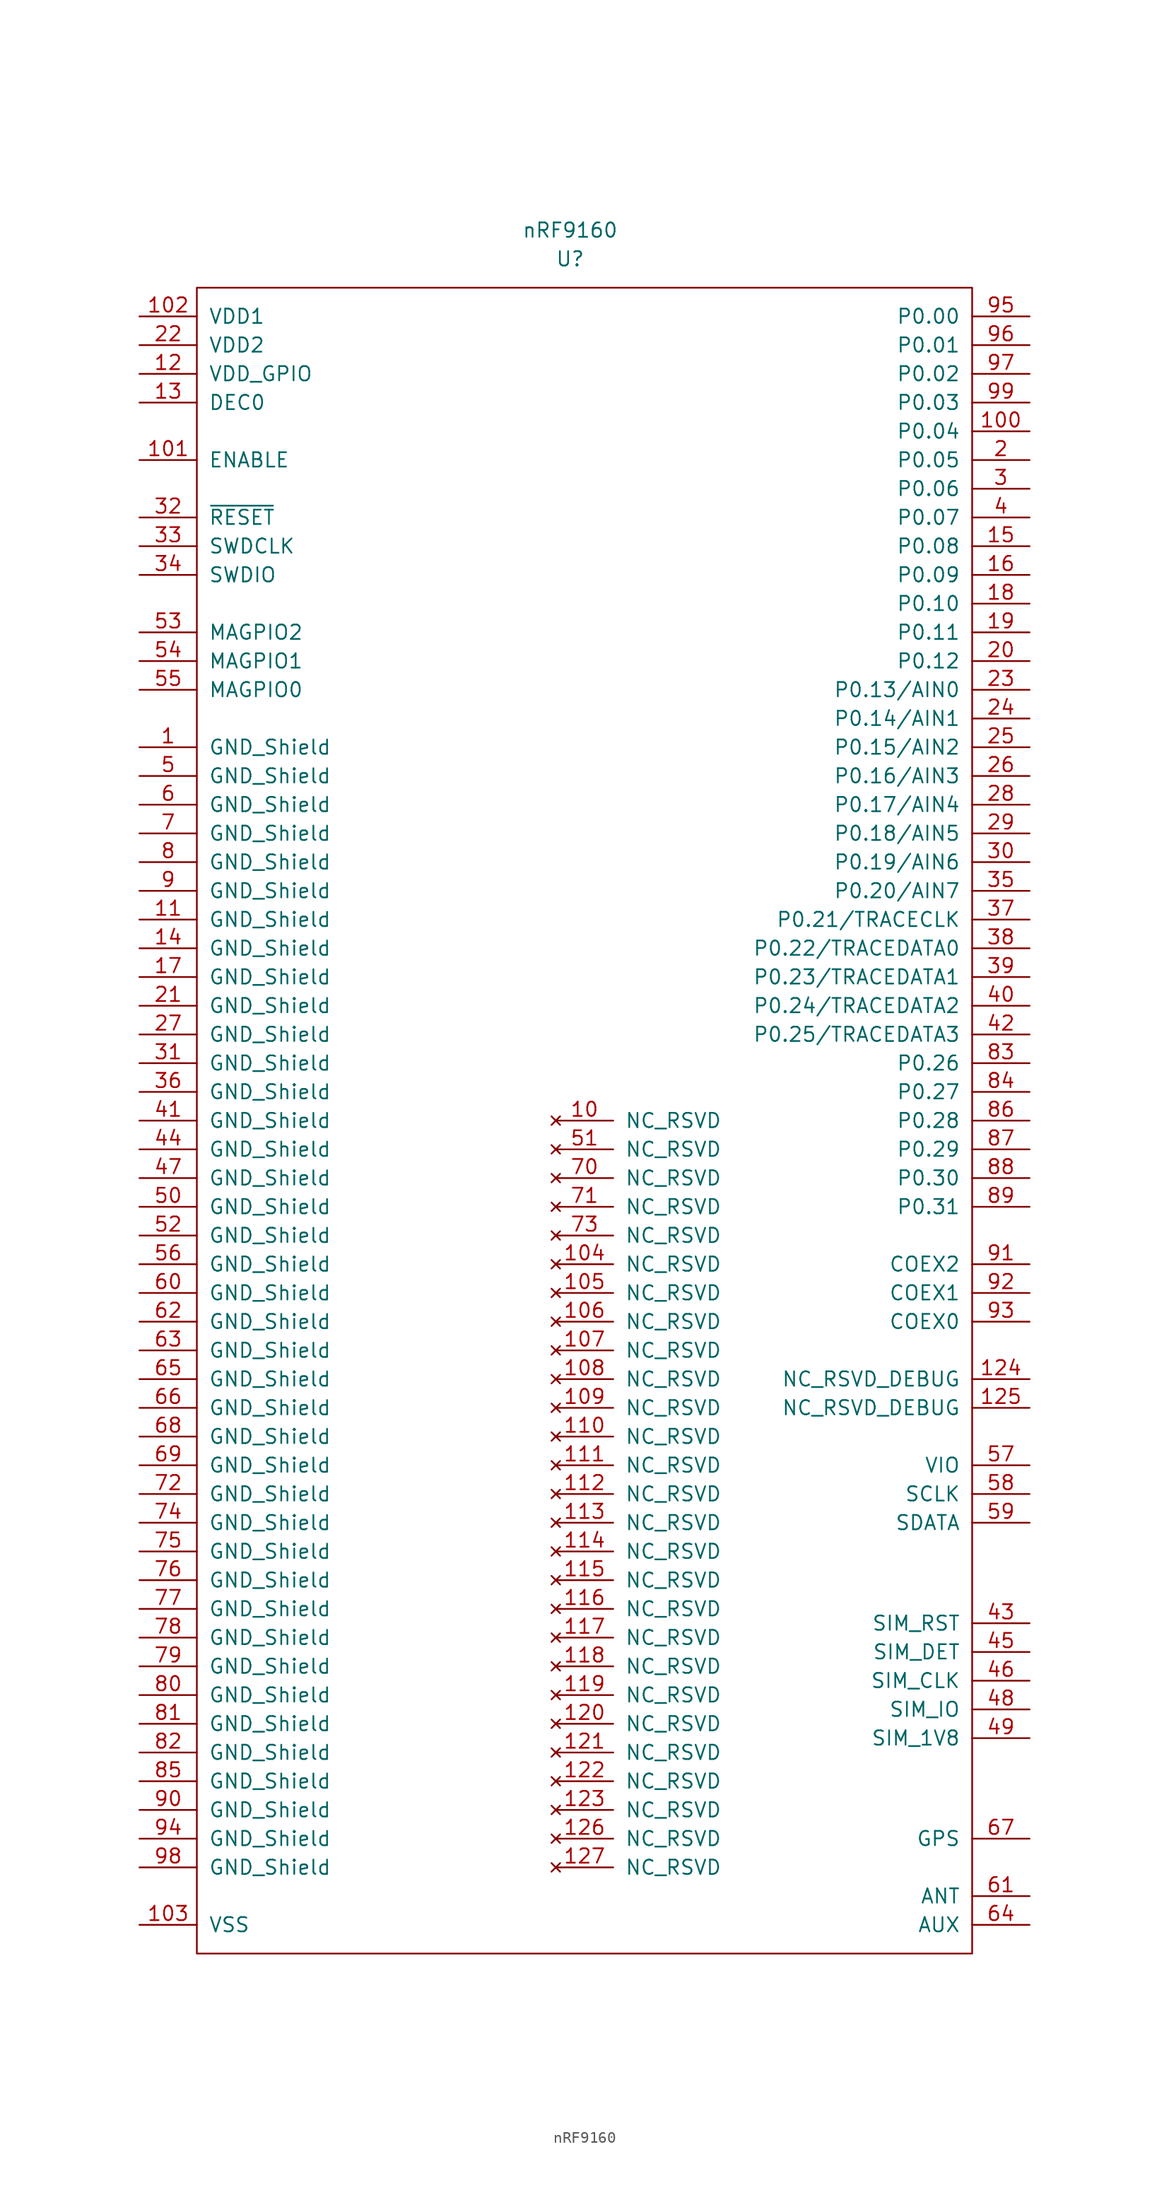
<source format=kicad_sym>
(kicad_symbol_lib
  (version 20220914)
  (generator kicad_symbol_editor)
  (symbol "nRF9160"
    (pin_names
      (offset 1.016))
    (property "Reference" "U"
      (at 0 72.39 0)
      (effects (font (size 1.27 1.27))))
    (property "Value" "nRF9160"
      (at 0 74.93 0)
      (effects (font (size 1.27 1.27))))
    (symbol "nRF9160_0_1"
      (rectangle (start -33.02 69.85) (end 35.56 -77.47) (stroke (width 0) (type solid)) (fill (type none))))
    (symbol "nRF9160_1_1"
      (pin power_in line (at -38.1 29.21 0) (length 5.08) (name "GND_Shield" (effects (font (size 1.27 1.27)))) (number "1" (effects (font (size 1.27 1.27)))))
      (pin no_connect line (at -1.27 -3.81 0) (length 5.08) (name "NC_RSVD" (effects (font (size 1.27 1.27)))) (number "10" (effects (font (size 1.27 1.27)))))
      (pin bidirectional line (at 40.64 57.15 180) (length 5.08) (name "P0.04" (effects (font (size 1.27 1.27)))) (number "100" (effects (font (size 1.27 1.27)))))
      (pin input line (at -38.1 54.61 0) (length 5.08) (name "ENABLE" (effects (font (size 1.27 1.27)))) (number "101" (effects (font (size 1.27 1.27)))))
      (pin power_in line (at -38.1 67.31 0) (length 5.08) (name "VDD1" (effects (font (size 1.27 1.27)))) (number "102" (effects (font (size 1.27 1.27)))))
      (pin power_in line (at -38.1 -74.93 0) (length 5.08) (name "VSS" (effects (font (size 1.27 1.27)))) (number "103" (effects (font (size 1.27 1.27)))))
      (pin no_connect line (at -1.27 -16.51 0) (length 5.08) (name "NC_RSVD" (effects (font (size 1.27 1.27)))) (number "104" (effects (font (size 1.27 1.27)))))
      (pin no_connect line (at -1.27 -19.05 0) (length 5.08) (name "NC_RSVD" (effects (font (size 1.27 1.27)))) (number "105" (effects (font (size 1.27 1.27)))))
      (pin no_connect line (at -1.27 -21.59 0) (length 5.08) (name "NC_RSVD" (effects (font (size 1.27 1.27)))) (number "106" (effects (font (size 1.27 1.27)))))
      (pin no_connect line (at -1.27 -24.13 0) (length 5.08) (name "NC_RSVD" (effects (font (size 1.27 1.27)))) (number "107" (effects (font (size 1.27 1.27)))))
      (pin no_connect line (at -1.27 -26.67 0) (length 5.08) (name "NC_RSVD" (effects (font (size 1.27 1.27)))) (number "108" (effects (font (size 1.27 1.27)))))
      (pin no_connect line (at -1.27 -29.21 0) (length 5.08) (name "NC_RSVD" (effects (font (size 1.27 1.27)))) (number "109" (effects (font (size 1.27 1.27)))))
      (pin power_in line (at -38.1 13.97 0) (length 5.08) (name "GND_Shield" (effects (font (size 1.27 1.27)))) (number "11" (effects (font (size 1.27 1.27)))))
      (pin no_connect line (at -1.27 -31.75 0) (length 5.08) (name "NC_RSVD" (effects (font (size 1.27 1.27)))) (number "110" (effects (font (size 1.27 1.27)))))
      (pin no_connect line (at -1.27 -34.29 0) (length 5.08) (name "NC_RSVD" (effects (font (size 1.27 1.27)))) (number "111" (effects (font (size 1.27 1.27)))))
      (pin no_connect line (at -1.27 -36.83 0) (length 5.08) (name "NC_RSVD" (effects (font (size 1.27 1.27)))) (number "112" (effects (font (size 1.27 1.27)))))
      (pin no_connect line (at -1.27 -39.37 0) (length 5.08) (name "NC_RSVD" (effects (font (size 1.27 1.27)))) (number "113" (effects (font (size 1.27 1.27)))))
      (pin no_connect line (at -1.27 -41.91 0) (length 5.08) (name "NC_RSVD" (effects (font (size 1.27 1.27)))) (number "114" (effects (font (size 1.27 1.27)))))
      (pin no_connect line (at -1.27 -44.45 0) (length 5.08) (name "NC_RSVD" (effects (font (size 1.27 1.27)))) (number "115" (effects (font (size 1.27 1.27)))))
      (pin no_connect line (at -1.27 -46.99 0) (length 5.08) (name "NC_RSVD" (effects (font (size 1.27 1.27)))) (number "116" (effects (font (size 1.27 1.27)))))
      (pin no_connect line (at -1.27 -49.53 0) (length 5.08) (name "NC_RSVD" (effects (font (size 1.27 1.27)))) (number "117" (effects (font (size 1.27 1.27)))))
      (pin no_connect line (at -1.27 -52.07 0) (length 5.08) (name "NC_RSVD" (effects (font (size 1.27 1.27)))) (number "118" (effects (font (size 1.27 1.27)))))
      (pin no_connect line (at -1.27 -54.61 0) (length 5.08) (name "NC_RSVD" (effects (font (size 1.27 1.27)))) (number "119" (effects (font (size 1.27 1.27)))))
      (pin power_in line (at -38.1 62.23 0) (length 5.08) (name "VDD_GPIO" (effects (font (size 1.27 1.27)))) (number "12" (effects (font (size 1.27 1.27)))))
      (pin no_connect line (at -1.27 -57.15 0) (length 5.08) (name "NC_RSVD" (effects (font (size 1.27 1.27)))) (number "120" (effects (font (size 1.27 1.27)))))
      (pin no_connect line (at -1.27 -59.69 0) (length 5.08) (name "NC_RSVD" (effects (font (size 1.27 1.27)))) (number "121" (effects (font (size 1.27 1.27)))))
      (pin no_connect line (at -1.27 -62.23 0) (length 5.08) (name "NC_RSVD" (effects (font (size 1.27 1.27)))) (number "122" (effects (font (size 1.27 1.27)))))
      (pin no_connect line (at -1.27 -64.77 0) (length 5.08) (name "NC_RSVD" (effects (font (size 1.27 1.27)))) (number "123" (effects (font (size 1.27 1.27)))))
      (pin passive line (at 40.64 -26.67 180) (length 5.08) (name "NC_RSVD_DEBUG" (effects (font (size 1.27 1.27)))) (number "124" (effects (font (size 1.27 1.27)))))
      (pin passive line (at 40.64 -29.21 180) (length 5.08) (name "NC_RSVD_DEBUG" (effects (font (size 1.27 1.27)))) (number "125" (effects (font (size 1.27 1.27)))))
      (pin no_connect line (at -1.27 -67.31 0) (length 5.08) (name "NC_RSVD" (effects (font (size 1.27 1.27)))) (number "126" (effects (font (size 1.27 1.27)))))
      (pin no_connect line (at -1.27 -69.85 0) (length 5.08) (name "NC_RSVD" (effects (font (size 1.27 1.27)))) (number "127" (effects (font (size 1.27 1.27)))))
      (pin passive line (at -38.1 59.69 0) (length 5.08) (name "DEC0" (effects (font (size 1.27 1.27)))) (number "13" (effects (font (size 1.27 1.27)))))
      (pin power_in line (at -38.1 11.43 0) (length 5.08) (name "GND_Shield" (effects (font (size 1.27 1.27)))) (number "14" (effects (font (size 1.27 1.27)))))
      (pin bidirectional line (at 40.64 46.99 180) (length 5.08) (name "P0.08" (effects (font (size 1.27 1.27)))) (number "15" (effects (font (size 1.27 1.27)))))
      (pin bidirectional line (at 40.64 44.45 180) (length 5.08) (name "P0.09" (effects (font (size 1.27 1.27)))) (number "16" (effects (font (size 1.27 1.27)))))
      (pin power_in line (at -38.1 8.89 0) (length 5.08) (name "GND_Shield" (effects (font (size 1.27 1.27)))) (number "17" (effects (font (size 1.27 1.27)))))
      (pin bidirectional line (at 40.64 41.91 180) (length 5.08) (name "P0.10" (effects (font (size 1.27 1.27)))) (number "18" (effects (font (size 1.27 1.27)))))
      (pin bidirectional line (at 40.64 39.37 180) (length 5.08) (name "P0.11" (effects (font (size 1.27 1.27)))) (number "19" (effects (font (size 1.27 1.27)))))
      (pin bidirectional line (at 40.64 54.61 180) (length 5.08) (name "P0.05" (effects (font (size 1.27 1.27)))) (number "2" (effects (font (size 1.27 1.27)))))
      (pin bidirectional line (at 40.64 36.83 180) (length 5.08) (name "P0.12" (effects (font (size 1.27 1.27)))) (number "20" (effects (font (size 1.27 1.27)))))
      (pin power_in line (at -38.1 6.35 0) (length 5.08) (name "GND_Shield" (effects (font (size 1.27 1.27)))) (number "21" (effects (font (size 1.27 1.27)))))
      (pin power_in line (at -38.1 64.77 0) (length 5.08) (name "VDD2" (effects (font (size 1.27 1.27)))) (number "22" (effects (font (size 1.27 1.27)))))
      (pin bidirectional line (at 40.64 34.29 180) (length 5.08) (name "P0.13/AIN0" (effects (font (size 1.27 1.27)))) (number "23" (effects (font (size 1.27 1.27)))))
      (pin bidirectional line (at 40.64 31.75 180) (length 5.08) (name "P0.14/AIN1" (effects (font (size 1.27 1.27)))) (number "24" (effects (font (size 1.27 1.27)))))
      (pin bidirectional line (at 40.64 29.21 180) (length 5.08) (name "P0.15/AIN2" (effects (font (size 1.27 1.27)))) (number "25" (effects (font (size 1.27 1.27)))))
      (pin bidirectional line (at 40.64 26.67 180) (length 5.08) (name "P0.16/AIN3" (effects (font (size 1.27 1.27)))) (number "26" (effects (font (size 1.27 1.27)))))
      (pin power_in line (at -38.1 3.81 0) (length 5.08) (name "GND_Shield" (effects (font (size 1.27 1.27)))) (number "27" (effects (font (size 1.27 1.27)))))
      (pin bidirectional line (at 40.64 24.13 180) (length 5.08) (name "P0.17/AIN4" (effects (font (size 1.27 1.27)))) (number "28" (effects (font (size 1.27 1.27)))))
      (pin bidirectional line (at 40.64 21.59 180) (length 5.08) (name "P0.18/AIN5" (effects (font (size 1.27 1.27)))) (number "29" (effects (font (size 1.27 1.27)))))
      (pin bidirectional line (at 40.64 52.07 180) (length 5.08) (name "P0.06" (effects (font (size 1.27 1.27)))) (number "3" (effects (font (size 1.27 1.27)))))
      (pin bidirectional line (at 40.64 19.05 180) (length 5.08) (name "P0.19/AIN6" (effects (font (size 1.27 1.27)))) (number "30" (effects (font (size 1.27 1.27)))))
      (pin power_in line (at -38.1 1.27 0) (length 5.08) (name "GND_Shield" (effects (font (size 1.27 1.27)))) (number "31" (effects (font (size 1.27 1.27)))))
      (pin input line (at -38.1 49.53 0) (length 5.08) (name "~{RESET}" (effects (font (size 1.27 1.27)))) (number "32" (effects (font (size 1.27 1.27)))))
      (pin input line (at -38.1 46.99 0) (length 5.08) (name "SWDCLK" (effects (font (size 1.27 1.27)))) (number "33" (effects (font (size 1.27 1.27)))))
      (pin bidirectional line (at -38.1 44.45 0) (length 5.08) (name "SWDIO" (effects (font (size 1.27 1.27)))) (number "34" (effects (font (size 1.27 1.27)))))
      (pin bidirectional line (at 40.64 16.51 180) (length 5.08) (name "P0.20/AIN7" (effects (font (size 1.27 1.27)))) (number "35" (effects (font (size 1.27 1.27)))))
      (pin power_in line (at -38.1 -1.27 0) (length 5.08) (name "GND_Shield" (effects (font (size 1.27 1.27)))) (number "36" (effects (font (size 1.27 1.27)))))
      (pin bidirectional line (at 40.64 13.97 180) (length 5.08) (name "P0.21/TRACECLK" (effects (font (size 1.27 1.27)))) (number "37" (effects (font (size 1.27 1.27)))))
      (pin bidirectional line (at 40.64 11.43 180) (length 5.08) (name "P0.22/TRACEDATA0" (effects (font (size 1.27 1.27)))) (number "38" (effects (font (size 1.27 1.27)))))
      (pin bidirectional line (at 40.64 8.89 180) (length 5.08) (name "P0.23/TRACEDATA1" (effects (font (size 1.27 1.27)))) (number "39" (effects (font (size 1.27 1.27)))))
      (pin bidirectional line (at 40.64 49.53 180) (length 5.08) (name "P0.07" (effects (font (size 1.27 1.27)))) (number "4" (effects (font (size 1.27 1.27)))))
      (pin bidirectional line (at 40.64 6.35 180) (length 5.08) (name "P0.24/TRACEDATA2" (effects (font (size 1.27 1.27)))) (number "40" (effects (font (size 1.27 1.27)))))
      (pin power_in line (at -38.1 -3.81 0) (length 5.08) (name "GND_Shield" (effects (font (size 1.27 1.27)))) (number "41" (effects (font (size 1.27 1.27)))))
      (pin bidirectional line (at 40.64 3.81 180) (length 5.08) (name "P0.25/TRACEDATA3" (effects (font (size 1.27 1.27)))) (number "42" (effects (font (size 1.27 1.27)))))
      (pin bidirectional line (at 40.64 -48.26 180) (length 5.08) (name "SIM_RST" (effects (font (size 1.27 1.27)))) (number "43" (effects (font (size 1.27 1.27)))))
      (pin power_in line (at -38.1 -6.35 0) (length 5.08) (name "GND_Shield" (effects (font (size 1.27 1.27)))) (number "44" (effects (font (size 1.27 1.27)))))
      (pin bidirectional line (at 40.64 -50.8 180) (length 5.08) (name "SIM_DET" (effects (font (size 1.27 1.27)))) (number "45" (effects (font (size 1.27 1.27)))))
      (pin bidirectional line (at 40.64 -53.34 180) (length 5.08) (name "SIM_CLK" (effects (font (size 1.27 1.27)))) (number "46" (effects (font (size 1.27 1.27)))))
      (pin power_in line (at -38.1 -8.89 0) (length 5.08) (name "GND_Shield" (effects (font (size 1.27 1.27)))) (number "47" (effects (font (size 1.27 1.27)))))
      (pin bidirectional line (at 40.64 -55.88 180) (length 5.08) (name "SIM_IO" (effects (font (size 1.27 1.27)))) (number "48" (effects (font (size 1.27 1.27)))))
      (pin power_out line (at 40.64 -58.42 180) (length 5.08) (name "SIM_1V8" (effects (font (size 1.27 1.27)))) (number "49" (effects (font (size 1.27 1.27)))))
      (pin power_in line (at -38.1 26.67 0) (length 5.08) (name "GND_Shield" (effects (font (size 1.27 1.27)))) (number "5" (effects (font (size 1.27 1.27)))))
      (pin power_in line (at -38.1 -11.43 0) (length 5.08) (name "GND_Shield" (effects (font (size 1.27 1.27)))) (number "50" (effects (font (size 1.27 1.27)))))
      (pin no_connect line (at -1.27 -6.35 0) (length 5.08) (name "NC_RSVD" (effects (font (size 1.27 1.27)))) (number "51" (effects (font (size 1.27 1.27)))))
      (pin power_in line (at -38.1 -13.97 0) (length 5.08) (name "GND_Shield" (effects (font (size 1.27 1.27)))) (number "52" (effects (font (size 1.27 1.27)))))
      (pin bidirectional line (at -38.1 39.37 0) (length 5.08) (name "MAGPIO2" (effects (font (size 1.27 1.27)))) (number "53" (effects (font (size 1.27 1.27)))))
      (pin bidirectional line (at -38.1 36.83 0) (length 5.08) (name "MAGPIO1" (effects (font (size 1.27 1.27)))) (number "54" (effects (font (size 1.27 1.27)))))
      (pin bidirectional line (at -38.1 34.29 0) (length 5.08) (name "MAGPIO0" (effects (font (size 1.27 1.27)))) (number "55" (effects (font (size 1.27 1.27)))))
      (pin power_in line (at -38.1 -16.51 0) (length 5.08) (name "GND_Shield" (effects (font (size 1.27 1.27)))) (number "56" (effects (font (size 1.27 1.27)))))
      (pin passive line (at 40.64 -34.29 180) (length 5.08) (name "VIO" (effects (font (size 1.27 1.27)))) (number "57" (effects (font (size 1.27 1.27)))))
      (pin bidirectional line (at 40.64 -36.83 180) (length 5.08) (name "SCLK" (effects (font (size 1.27 1.27)))) (number "58" (effects (font (size 1.27 1.27)))))
      (pin bidirectional line (at 40.64 -39.37 180) (length 5.08) (name "SDATA" (effects (font (size 1.27 1.27)))) (number "59" (effects (font (size 1.27 1.27)))))
      (pin power_in line (at -38.1 24.13 0) (length 5.08) (name "GND_Shield" (effects (font (size 1.27 1.27)))) (number "6" (effects (font (size 1.27 1.27)))))
      (pin power_in line (at -38.1 -19.05 0) (length 5.08) (name "GND_Shield" (effects (font (size 1.27 1.27)))) (number "60" (effects (font (size 1.27 1.27)))))
      (pin output line (at 40.64 -72.39 180) (length 5.08) (name "ANT" (effects (font (size 1.27 1.27)))) (number "61" (effects (font (size 1.27 1.27)))))
      (pin power_in line (at -38.1 -21.59 0) (length 5.08) (name "GND_Shield" (effects (font (size 1.27 1.27)))) (number "62" (effects (font (size 1.27 1.27)))))
      (pin power_in line (at -38.1 -24.13 0) (length 5.08) (name "GND_Shield" (effects (font (size 1.27 1.27)))) (number "63" (effects (font (size 1.27 1.27)))))
      (pin passive line (at 40.64 -74.93 180) (length 5.08) (name "AUX" (effects (font (size 1.27 1.27)))) (number "64" (effects (font (size 1.27 1.27)))))
      (pin power_in line (at -38.1 -26.67 0) (length 5.08) (name "GND_Shield" (effects (font (size 1.27 1.27)))) (number "65" (effects (font (size 1.27 1.27)))))
      (pin power_in line (at -38.1 -29.21 0) (length 5.08) (name "GND_Shield" (effects (font (size 1.27 1.27)))) (number "66" (effects (font (size 1.27 1.27)))))
      (pin input line (at 40.64 -67.31 180) (length 5.08) (name "GPS" (effects (font (size 1.27 1.27)))) (number "67" (effects (font (size 1.27 1.27)))))
      (pin power_in line (at -38.1 -31.75 0) (length 5.08) (name "GND_Shield" (effects (font (size 1.27 1.27)))) (number "68" (effects (font (size 1.27 1.27)))))
      (pin power_in line (at -38.1 -34.29 0) (length 5.08) (name "GND_Shield" (effects (font (size 1.27 1.27)))) (number "69" (effects (font (size 1.27 1.27)))))
      (pin power_in line (at -38.1 21.59 0) (length 5.08) (name "GND_Shield" (effects (font (size 1.27 1.27)))) (number "7" (effects (font (size 1.27 1.27)))))
      (pin no_connect line (at -1.27 -8.89 0) (length 5.08) (name "NC_RSVD" (effects (font (size 1.27 1.27)))) (number "70" (effects (font (size 1.27 1.27)))))
      (pin no_connect line (at -1.27 -11.43 0) (length 5.08) (name "NC_RSVD" (effects (font (size 1.27 1.27)))) (number "71" (effects (font (size 1.27 1.27)))))
      (pin power_in line (at -38.1 -36.83 0) (length 5.08) (name "GND_Shield" (effects (font (size 1.27 1.27)))) (number "72" (effects (font (size 1.27 1.27)))))
      (pin no_connect line (at -1.27 -13.97 0) (length 5.08) (name "NC_RSVD" (effects (font (size 1.27 1.27)))) (number "73" (effects (font (size 1.27 1.27)))))
      (pin power_in line (at -38.1 -39.37 0) (length 5.08) (name "GND_Shield" (effects (font (size 1.27 1.27)))) (number "74" (effects (font (size 1.27 1.27)))))
      (pin power_in line (at -38.1 -41.91 0) (length 5.08) (name "GND_Shield" (effects (font (size 1.27 1.27)))) (number "75" (effects (font (size 1.27 1.27)))))
      (pin power_in line (at -38.1 -44.45 0) (length 5.08) (name "GND_Shield" (effects (font (size 1.27 1.27)))) (number "76" (effects (font (size 1.27 1.27)))))
      (pin power_in line (at -38.1 -46.99 0) (length 5.08) (name "GND_Shield" (effects (font (size 1.27 1.27)))) (number "77" (effects (font (size 1.27 1.27)))))
      (pin power_in line (at -38.1 -49.53 0) (length 5.08) (name "GND_Shield" (effects (font (size 1.27 1.27)))) (number "78" (effects (font (size 1.27 1.27)))))
      (pin power_in line (at -38.1 -52.07 0) (length 5.08) (name "GND_Shield" (effects (font (size 1.27 1.27)))) (number "79" (effects (font (size 1.27 1.27)))))
      (pin power_in line (at -38.1 19.05 0) (length 5.08) (name "GND_Shield" (effects (font (size 1.27 1.27)))) (number "8" (effects (font (size 1.27 1.27)))))
      (pin power_in line (at -38.1 -54.61 0) (length 5.08) (name "GND_Shield" (effects (font (size 1.27 1.27)))) (number "80" (effects (font (size 1.27 1.27)))))
      (pin power_in line (at -38.1 -57.15 0) (length 5.08) (name "GND_Shield" (effects (font (size 1.27 1.27)))) (number "81" (effects (font (size 1.27 1.27)))))
      (pin power_in line (at -38.1 -59.69 0) (length 5.08) (name "GND_Shield" (effects (font (size 1.27 1.27)))) (number "82" (effects (font (size 1.27 1.27)))))
      (pin bidirectional line (at 40.64 1.27 180) (length 5.08) (name "P0.26" (effects (font (size 1.27 1.27)))) (number "83" (effects (font (size 1.27 1.27)))))
      (pin bidirectional line (at 40.64 -1.27 180) (length 5.08) (name "P0.27" (effects (font (size 1.27 1.27)))) (number "84" (effects (font (size 1.27 1.27)))))
      (pin power_in line (at -38.1 -62.23 0) (length 5.08) (name "GND_Shield" (effects (font (size 1.27 1.27)))) (number "85" (effects (font (size 1.27 1.27)))))
      (pin bidirectional line (at 40.64 -3.81 180) (length 5.08) (name "P0.28" (effects (font (size 1.27 1.27)))) (number "86" (effects (font (size 1.27 1.27)))))
      (pin bidirectional line (at 40.64 -6.35 180) (length 5.08) (name "P0.29" (effects (font (size 1.27 1.27)))) (number "87" (effects (font (size 1.27 1.27)))))
      (pin bidirectional line (at 40.64 -8.89 180) (length 5.08) (name "P0.30" (effects (font (size 1.27 1.27)))) (number "88" (effects (font (size 1.27 1.27)))))
      (pin bidirectional line (at 40.64 -11.43 180) (length 5.08) (name "P0.31" (effects (font (size 1.27 1.27)))) (number "89" (effects (font (size 1.27 1.27)))))
      (pin power_in line (at -38.1 16.51 0) (length 5.08) (name "GND_Shield" (effects (font (size 1.27 1.27)))) (number "9" (effects (font (size 1.27 1.27)))))
      (pin power_in line (at -38.1 -64.77 0) (length 5.08) (name "GND_Shield" (effects (font (size 1.27 1.27)))) (number "90" (effects (font (size 1.27 1.27)))))
      (pin bidirectional line (at 40.64 -16.51 180) (length 5.08) (name "COEX2" (effects (font (size 1.27 1.27)))) (number "91" (effects (font (size 1.27 1.27)))))
      (pin bidirectional line (at 40.64 -19.05 180) (length 5.08) (name "COEX1" (effects (font (size 1.27 1.27)))) (number "92" (effects (font (size 1.27 1.27)))))
      (pin bidirectional line (at 40.64 -21.59 180) (length 5.08) (name "COEX0" (effects (font (size 1.27 1.27)))) (number "93" (effects (font (size 1.27 1.27)))))
      (pin power_in line (at -38.1 -67.31 0) (length 5.08) (name "GND_Shield" (effects (font (size 1.27 1.27)))) (number "94" (effects (font (size 1.27 1.27)))))
      (pin bidirectional line (at 40.64 67.31 180) (length 5.08) (name "P0.00" (effects (font (size 1.27 1.27)))) (number "95" (effects (font (size 1.27 1.27)))))
      (pin bidirectional line (at 40.64 64.77 180) (length 5.08) (name "P0.01" (effects (font (size 1.27 1.27)))) (number "96" (effects (font (size 1.27 1.27)))))
      (pin bidirectional line (at 40.64 62.23 180) (length 5.08) (name "P0.02" (effects (font (size 1.27 1.27)))) (number "97" (effects (font (size 1.27 1.27)))))
      (pin power_in line (at -38.1 -69.85 0) (length 5.08) (name "GND_Shield" (effects (font (size 1.27 1.27)))) (number "98" (effects (font (size 1.27 1.27)))))
      (pin bidirectional line (at 40.64 59.69 180) (length 5.08) (name "P0.03" (effects (font (size 1.27 1.27)))) (number "99" (effects (font (size 1.27 1.27))))))))
</source>
